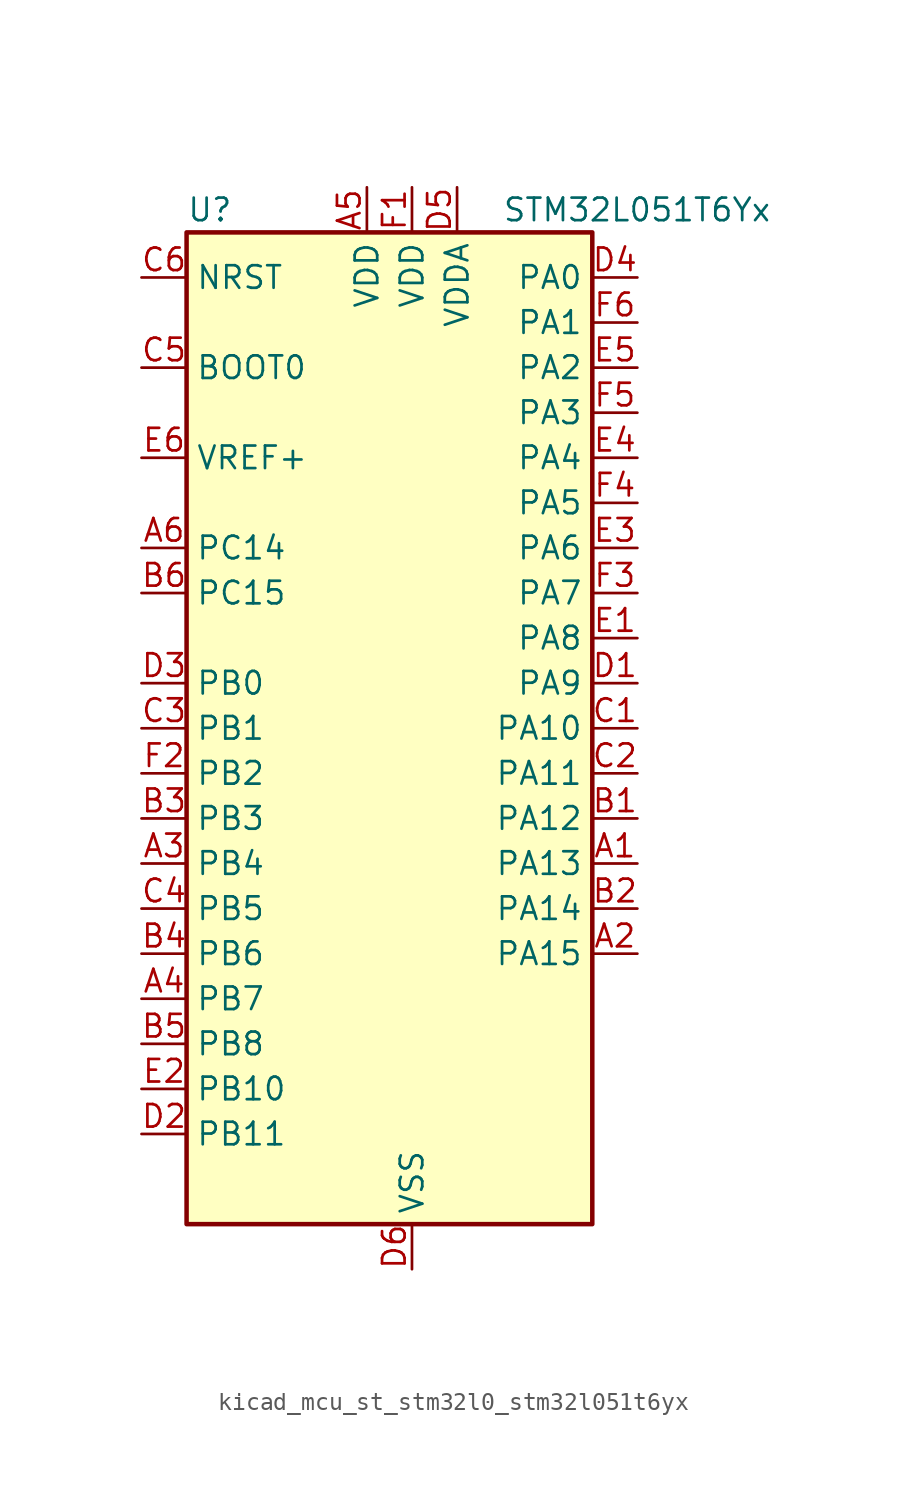
<source format=kicad_sym>
(kicad_symbol_lib
  (version 20220914)
  (generator kicad_symbol_editor)
  (symbol "kicad_mcu_st_stm32l0_stm32l051t6yx"
    (property "Reference" "U"
      (at -10.16 29.21 0)
      (effects (font (size 1.27 1.27)) (justify left)))
    (property "Value" "STM32L051T6Yx"
      (at 7.62 29.21 0)
      (effects (font (size 1.27 1.27)) (justify left)))
    (property "ki_locked" ""
      (at 0 0 0)
      (effects (font (size 1.27 1.27))))
    (symbol "kicad_mcu_st_stm32l0_stm32l051t6yx_0_1"
      (rectangle (start -10.16 -27.94) (end 12.7 27.94) (stroke (width 0.254) (type default)) (fill (type background))))
    (symbol "kicad_mcu_st_stm32l0_stm32l051t6yx_1_1"
      (pin bidirectional line (at 15.24 -7.62 180) (length 2.54) (name "PA13" (effects (font (size 1.27 1.27)))) (number "A1" (effects (font (size 1.27 1.27)))) (alternate "SYS_SWDIO" bidirectional line))
      (pin bidirectional line (at 15.24 -12.7 180) (length 2.54) (name "PA15" (effects (font (size 1.27 1.27)))) (number "A2" (effects (font (size 1.27 1.27)))) (alternate "SPI1_NSS" bidirectional line) (alternate "TIM2_CH1" bidirectional line) (alternate "TIM2_ETR" bidirectional line) (alternate "USART2_RX" bidirectional line))
      (pin bidirectional line (at -12.7 -7.62 0) (length 2.54) (name "PB4" (effects (font (size 1.27 1.27)))) (number "A3" (effects (font (size 1.27 1.27)))) (alternate "COMP2_INP" bidirectional line) (alternate "SPI1_MISO" bidirectional line) (alternate "TIM22_CH1" bidirectional line))
      (pin bidirectional line (at -12.7 -15.24 0) (length 2.54) (name "PB7" (effects (font (size 1.27 1.27)))) (number "A4" (effects (font (size 1.27 1.27)))) (alternate "COMP2_INP" bidirectional line) (alternate "I2C1_SDA" bidirectional line) (alternate "LPTIM1_IN2" bidirectional line) (alternate "SYS_PVD_IN" bidirectional line) (alternate "USART1_RX" bidirectional line))
      (pin power_in line (at 0 30.48 270) (length 2.54) (name "VDD" (effects (font (size 1.27 1.27)))) (number "A5" (effects (font (size 1.27 1.27)))))
      (pin bidirectional line (at -12.7 10.16 0) (length 2.54) (name "PC14" (effects (font (size 1.27 1.27)))) (number "A6" (effects (font (size 1.27 1.27)))) (alternate "RCC_OSC32_IN" bidirectional line))
      (pin bidirectional line (at 15.24 -5.08 180) (length 2.54) (name "PA12" (effects (font (size 1.27 1.27)))) (number "B1" (effects (font (size 1.27 1.27)))) (alternate "COMP2_OUT" bidirectional line) (alternate "SPI1_MOSI" bidirectional line) (alternate "USART1_DE" bidirectional line) (alternate "USART1_RTS" bidirectional line))
      (pin bidirectional line (at 15.24 -10.16 180) (length 2.54) (name "PA14" (effects (font (size 1.27 1.27)))) (number "B2" (effects (font (size 1.27 1.27)))) (alternate "SYS_SWCLK" bidirectional line) (alternate "USART2_TX" bidirectional line))
      (pin bidirectional line (at -12.7 -5.08 0) (length 2.54) (name "PB3" (effects (font (size 1.27 1.27)))) (number "B3" (effects (font (size 1.27 1.27)))) (alternate "COMP2_INM" bidirectional line) (alternate "SPI1_SCK" bidirectional line) (alternate "TIM2_CH2" bidirectional line))
      (pin bidirectional line (at -12.7 -12.7 0) (length 2.54) (name "PB6" (effects (font (size 1.27 1.27)))) (number "B4" (effects (font (size 1.27 1.27)))) (alternate "COMP2_INP" bidirectional line) (alternate "I2C1_SCL" bidirectional line) (alternate "LPTIM1_ETR" bidirectional line) (alternate "USART1_TX" bidirectional line))
      (pin bidirectional line (at -12.7 -17.78 0) (length 2.54) (name "PB8" (effects (font (size 1.27 1.27)))) (number "B5" (effects (font (size 1.27 1.27)))) (alternate "I2C1_SCL" bidirectional line))
      (pin bidirectional line (at -12.7 7.62 0) (length 2.54) (name "PC15" (effects (font (size 1.27 1.27)))) (number "B6" (effects (font (size 1.27 1.27)))) (alternate "RCC_OSC32_OUT" bidirectional line))
      (pin bidirectional line (at 15.24 0 180) (length 2.54) (name "PA10" (effects (font (size 1.27 1.27)))) (number "C1" (effects (font (size 1.27 1.27)))) (alternate "USART1_RX" bidirectional line))
      (pin bidirectional line (at 15.24 -2.54 180) (length 2.54) (name "PA11" (effects (font (size 1.27 1.27)))) (number "C2" (effects (font (size 1.27 1.27)))) (alternate "ADC_EXTI11" bidirectional line) (alternate "COMP1_OUT" bidirectional line) (alternate "SPI1_MISO" bidirectional line) (alternate "USART1_CTS" bidirectional line))
      (pin bidirectional line (at -12.7 0 0) (length 2.54) (name "PB1" (effects (font (size 1.27 1.27)))) (number "C3" (effects (font (size 1.27 1.27)))) (alternate "ADC_IN9" bidirectional line) (alternate "LPUART1_DE" bidirectional line) (alternate "LPUART1_RTS" bidirectional line) (alternate "SYS_VREF_OUT_PB1" bidirectional line))
      (pin bidirectional line (at -12.7 -10.16 0) (length 2.54) (name "PB5" (effects (font (size 1.27 1.27)))) (number "C4" (effects (font (size 1.27 1.27)))) (alternate "COMP2_INP" bidirectional line) (alternate "I2C1_SMBA" bidirectional line) (alternate "LPTIM1_IN1" bidirectional line) (alternate "SPI1_MOSI" bidirectional line) (alternate "TIM22_CH2" bidirectional line))
      (pin input line (at -12.7 20.32 0) (length 2.54) (name "BOOT0" (effects (font (size 1.27 1.27)))) (number "C5" (effects (font (size 1.27 1.27)))))
      (pin input line (at -12.7 25.4 0) (length 2.54) (name "NRST" (effects (font (size 1.27 1.27)))) (number "C6" (effects (font (size 1.27 1.27)))))
      (pin bidirectional line (at 15.24 2.54 180) (length 2.54) (name "PA9" (effects (font (size 1.27 1.27)))) (number "D1" (effects (font (size 1.27 1.27)))) (alternate "RCC_MCO" bidirectional line) (alternate "USART1_TX" bidirectional line))
      (pin bidirectional line (at -12.7 -22.86 0) (length 2.54) (name "PB11" (effects (font (size 1.27 1.27)))) (number "D2" (effects (font (size 1.27 1.27)))) (alternate "ADC_EXTI11" bidirectional line) (alternate "I2C2_SDA" bidirectional line) (alternate "LPUART1_RX" bidirectional line) (alternate "TIM2_CH4" bidirectional line))
      (pin bidirectional line (at -12.7 2.54 0) (length 2.54) (name "PB0" (effects (font (size 1.27 1.27)))) (number "D3" (effects (font (size 1.27 1.27)))) (alternate "ADC_IN8" bidirectional line) (alternate "SYS_VREF_OUT_PB0" bidirectional line))
      (pin bidirectional line (at 15.24 25.4 180) (length 2.54) (name "PA0" (effects (font (size 1.27 1.27)))) (number "D4" (effects (font (size 1.27 1.27)))) (alternate "ADC_IN0" bidirectional line) (alternate "COMP1_INM" bidirectional line) (alternate "COMP1_OUT" bidirectional line) (alternate "RTC_TAMP2" bidirectional line) (alternate "SYS_WKUP1" bidirectional line) (alternate "TIM2_CH1" bidirectional line) (alternate "TIM2_ETR" bidirectional line) (alternate "USART2_CTS" bidirectional line))
      (pin power_in line (at 5.08 30.48 270) (length 2.54) (name "VDDA" (effects (font (size 1.27 1.27)))) (number "D5" (effects (font (size 1.27 1.27)))))
      (pin power_in line (at 2.54 -30.48 90) (length 2.54) (name "VSS" (effects (font (size 1.27 1.27)))) (number "D6" (effects (font (size 1.27 1.27)))))
      (pin bidirectional line (at 15.24 5.08 180) (length 2.54) (name "PA8" (effects (font (size 1.27 1.27)))) (number "E1" (effects (font (size 1.27 1.27)))) (alternate "CRS_SYNC" bidirectional line) (alternate "RCC_MCO" bidirectional line) (alternate "USART1_CK" bidirectional line))
      (pin bidirectional line (at -12.7 -20.32 0) (length 2.54) (name "PB10" (effects (font (size 1.27 1.27)))) (number "E2" (effects (font (size 1.27 1.27)))) (alternate "I2C2_SCL" bidirectional line) (alternate "LPUART1_TX" bidirectional line) (alternate "TIM2_CH3" bidirectional line))
      (pin bidirectional line (at 15.24 10.16 180) (length 2.54) (name "PA6" (effects (font (size 1.27 1.27)))) (number "E3" (effects (font (size 1.27 1.27)))) (alternate "ADC_IN6" bidirectional line) (alternate "COMP1_OUT" bidirectional line) (alternate "LPUART1_CTS" bidirectional line) (alternate "SPI1_MISO" bidirectional line) (alternate "TIM22_CH1" bidirectional line))
      (pin bidirectional line (at 15.24 15.24 180) (length 2.54) (name "PA4" (effects (font (size 1.27 1.27)))) (number "E4" (effects (font (size 1.27 1.27)))) (alternate "ADC_IN4" bidirectional line) (alternate "COMP1_INM" bidirectional line) (alternate "COMP2_INM" bidirectional line) (alternate "SPI1_NSS" bidirectional line) (alternate "TIM22_ETR" bidirectional line) (alternate "USART2_CK" bidirectional line))
      (pin bidirectional line (at 15.24 20.32 180) (length 2.54) (name "PA2" (effects (font (size 1.27 1.27)))) (number "E5" (effects (font (size 1.27 1.27)))) (alternate "ADC_IN2" bidirectional line) (alternate "COMP2_INM" bidirectional line) (alternate "COMP2_OUT" bidirectional line) (alternate "TIM21_CH1" bidirectional line) (alternate "TIM2_CH3" bidirectional line) (alternate "USART2_TX" bidirectional line))
      (pin input line (at -12.7 15.24 0) (length 2.54) (name "VREF+" (effects (font (size 1.27 1.27)))) (number "E6" (effects (font (size 1.27 1.27)))))
      (pin power_in line (at 2.54 30.48 270) (length 2.54) (name "VDD" (effects (font (size 1.27 1.27)))) (number "F1" (effects (font (size 1.27 1.27)))))
      (pin bidirectional line (at -12.7 -2.54 0) (length 2.54) (name "PB2" (effects (font (size 1.27 1.27)))) (number "F2" (effects (font (size 1.27 1.27)))) (alternate "LPTIM1_OUT" bidirectional line))
      (pin bidirectional line (at 15.24 7.62 180) (length 2.54) (name "PA7" (effects (font (size 1.27 1.27)))) (number "F3" (effects (font (size 1.27 1.27)))) (alternate "ADC_IN7" bidirectional line) (alternate "COMP2_OUT" bidirectional line) (alternate "SPI1_MOSI" bidirectional line) (alternate "TIM22_CH2" bidirectional line))
      (pin bidirectional line (at 15.24 12.7 180) (length 2.54) (name "PA5" (effects (font (size 1.27 1.27)))) (number "F4" (effects (font (size 1.27 1.27)))) (alternate "ADC_IN5" bidirectional line) (alternate "COMP1_INM" bidirectional line) (alternate "COMP2_INM" bidirectional line) (alternate "SPI1_SCK" bidirectional line) (alternate "TIM2_CH1" bidirectional line) (alternate "TIM2_ETR" bidirectional line))
      (pin bidirectional line (at 15.24 17.78 180) (length 2.54) (name "PA3" (effects (font (size 1.27 1.27)))) (number "F5" (effects (font (size 1.27 1.27)))) (alternate "ADC_IN3" bidirectional line) (alternate "COMP2_INP" bidirectional line) (alternate "TIM21_CH2" bidirectional line) (alternate "TIM2_CH4" bidirectional line) (alternate "USART2_RX" bidirectional line))
      (pin bidirectional line (at 15.24 22.86 180) (length 2.54) (name "PA1" (effects (font (size 1.27 1.27)))) (number "F6" (effects (font (size 1.27 1.27)))) (alternate "ADC_IN1" bidirectional line) (alternate "COMP1_INP" bidirectional line) (alternate "TIM21_ETR" bidirectional line) (alternate "TIM2_CH2" bidirectional line) (alternate "USART2_DE" bidirectional line) (alternate "USART2_RTS" bidirectional line)))))
</source>
